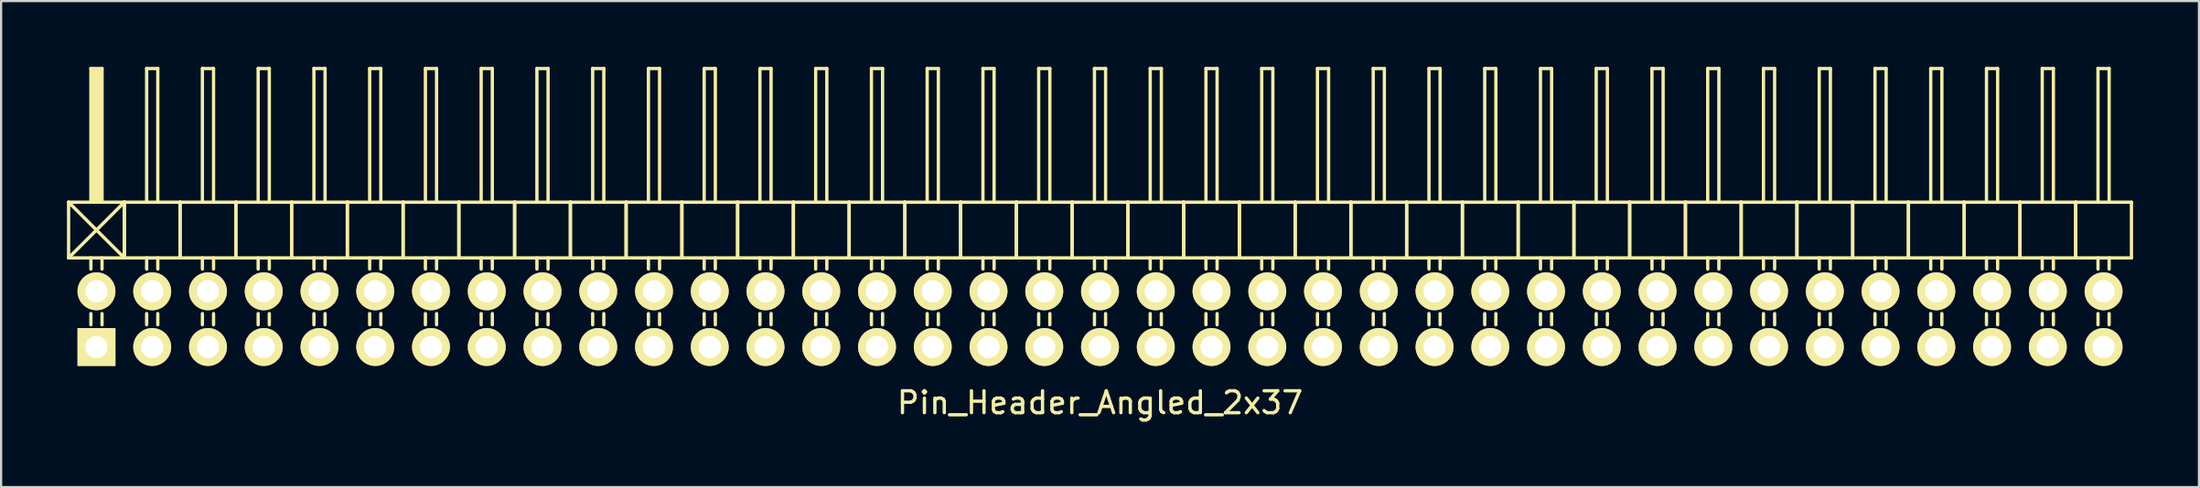
<source format=kicad_pcb>
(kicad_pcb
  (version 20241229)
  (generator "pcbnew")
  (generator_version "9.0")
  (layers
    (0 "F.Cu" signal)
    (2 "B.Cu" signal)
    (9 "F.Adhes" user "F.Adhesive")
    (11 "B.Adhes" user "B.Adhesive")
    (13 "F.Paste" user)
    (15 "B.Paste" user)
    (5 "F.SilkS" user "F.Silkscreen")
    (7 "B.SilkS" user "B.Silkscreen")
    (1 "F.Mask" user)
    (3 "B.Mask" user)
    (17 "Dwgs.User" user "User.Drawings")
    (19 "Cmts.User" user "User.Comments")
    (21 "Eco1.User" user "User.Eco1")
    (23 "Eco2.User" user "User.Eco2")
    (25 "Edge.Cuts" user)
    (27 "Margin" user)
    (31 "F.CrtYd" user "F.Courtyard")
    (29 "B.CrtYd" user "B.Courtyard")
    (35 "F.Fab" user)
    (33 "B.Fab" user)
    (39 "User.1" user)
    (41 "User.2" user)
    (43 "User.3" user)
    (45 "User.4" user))
  (footprint "Pin_Header_Angled_2x37"
    (layer "F.Cu")
    (at 47.065 11.505)
    (property "Reference" "Pin_Header_Angled_2x37" (at 0 3.81 0) (layer "F.SilkS") (effects (font (size 1 1) (thickness 0.15))))
    (attr through_hole)
    (fp_line (start -46.99 -5.334) (end -44.45 -2.794) (stroke (width 0.15) (type solid)) (layer "F.SilkS"))
    (fp_line (start -46.99 -2.794) (end -46.99 -5.334) (stroke (width 0.15) (type solid)) (layer "F.SilkS"))
    (fp_line (start -46.99 -2.794) (end -44.45 -5.334) (stroke (width 0.15) (type solid)) (layer "F.SilkS"))
    (fp_line (start -46.99 -2.794) (end -44.45 -2.794) (stroke (width 0.15) (type solid)) (layer "F.SilkS"))
    (fp_line (start -45.974 -11.43) (end -45.466 -11.43) (stroke (width 0.15) (type solid)) (layer "F.SilkS"))
    (fp_line (start -45.974 -5.334) (end -45.974 -11.43) (stroke (width 0.15) (type solid)) (layer "F.SilkS"))
    (fp_line (start -45.974 -2.794) (end -45.974 -2.286) (stroke (width 0.15) (type solid)) (layer "F.SilkS"))
    (fp_line (start -45.974 -0.254) (end -45.974 0.254) (stroke (width 0.15) (type solid)) (layer "F.SilkS"))
    (fp_line (start -45.847 -11.303) (end -45.593 -11.303) (stroke (width 0.15) (type solid)) (layer "F.SilkS"))
    (fp_line (start -45.847 -5.334) (end -45.847 -11.303) (stroke (width 0.15) (type solid)) (layer "F.SilkS"))
    (fp_line (start -45.72 -5.461) (end -45.72 -11.303) (stroke (width 0.15) (type solid)) (layer "F.SilkS"))
    (fp_line (start -45.593 -11.303) (end -45.593 -5.461) (stroke (width 0.15) (type solid)) (layer "F.SilkS"))
    (fp_line (start -45.593 -5.461) (end -45.72 -5.461) (stroke (width 0.15) (type solid)) (layer "F.SilkS"))
    (fp_line (start -45.466 -11.43) (end -45.466 -5.334) (stroke (width 0.15) (type solid)) (layer "F.SilkS"))
    (fp_line (start -45.466 -2.794) (end -45.466 -2.286) (stroke (width 0.15) (type solid)) (layer "F.SilkS"))
    (fp_line (start -45.466 -0.254) (end -45.466 0.254) (stroke (width 0.15) (type solid)) (layer "F.SilkS"))
    (fp_line (start -44.45 -5.334) (end -46.99 -5.334) (stroke (width 0.15) (type solid)) (layer "F.SilkS"))
    (fp_line (start -44.45 -2.794) (end -44.45 -5.334) (stroke (width 0.15) (type solid)) (layer "F.SilkS"))
    (fp_line (start -44.45 -2.794) (end -44.45 -5.334) (stroke (width 0.15) (type solid)) (layer "F.SilkS"))
    (fp_line (start -44.45 -2.794) (end -41.91 -2.794) (stroke (width 0.15) (type solid)) (layer "F.SilkS"))
    (fp_line (start -43.434 -11.43) (end -42.926 -11.43) (stroke (width 0.15) (type solid)) (layer "F.SilkS"))
    (fp_line (start -43.434 -5.334) (end -43.434 -11.43) (stroke (width 0.15) (type solid)) (layer "F.SilkS"))
    (fp_line (start -43.434 -2.794) (end -43.434 -2.286) (stroke (width 0.15) (type solid)) (layer "F.SilkS"))
    (fp_line (start -43.434 -0.254) (end -43.434 0.254) (stroke (width 0.15) (type solid)) (layer "F.SilkS"))
    (fp_line (start -42.926 -11.43) (end -42.926 -5.334) (stroke (width 0.15) (type solid)) (layer "F.SilkS"))
    (fp_line (start -42.926 -2.794) (end -42.926 -2.286) (stroke (width 0.15) (type solid)) (layer "F.SilkS"))
    (fp_line (start -42.926 -0.254) (end -42.926 0.254) (stroke (width 0.15) (type solid)) (layer "F.SilkS"))
    (fp_line (start -41.91 -5.334) (end -44.45 -5.334) (stroke (width 0.15) (type solid)) (layer "F.SilkS"))
    (fp_line (start -41.91 -2.794) (end -41.91 -5.334) (stroke (width 0.15) (type solid)) (layer "F.SilkS"))
    (fp_line (start -41.91 -2.794) (end -41.91 -5.334) (stroke (width 0.15) (type solid)) (layer "F.SilkS"))
    (fp_line (start -41.91 -2.794) (end -39.37 -2.794) (stroke (width 0.15) (type solid)) (layer "F.SilkS"))
    (fp_line (start -40.894 -11.43) (end -40.386 -11.43) (stroke (width 0.15) (type solid)) (layer "F.SilkS"))
    (fp_line (start -40.894 -5.334) (end -40.894 -11.43) (stroke (width 0.15) (type solid)) (layer "F.SilkS"))
    (fp_line (start -40.894 -2.794) (end -40.894 -2.286) (stroke (width 0.15) (type solid)) (layer "F.SilkS"))
    (fp_line (start -40.894 -0.254) (end -40.894 0.254) (stroke (width 0.15) (type solid)) (layer "F.SilkS"))
    (fp_line (start -40.386 -11.43) (end -40.386 -5.334) (stroke (width 0.15) (type solid)) (layer "F.SilkS"))
    (fp_line (start -40.386 -2.794) (end -40.386 -2.286) (stroke (width 0.15) (type solid)) (layer "F.SilkS"))
    (fp_line (start -40.386 -0.254) (end -40.386 0.254) (stroke (width 0.15) (type solid)) (layer "F.SilkS"))
    (fp_line (start -39.37 -5.334) (end -41.91 -5.334) (stroke (width 0.15) (type solid)) (layer "F.SilkS"))
    (fp_line (start -39.37 -2.794) (end -39.37 -5.334) (stroke (width 0.15) (type solid)) (layer "F.SilkS"))
    (fp_line (start -39.37 -2.794) (end -39.37 -5.334) (stroke (width 0.15) (type solid)) (layer "F.SilkS"))
    (fp_line (start -39.37 -2.794) (end -36.83 -2.794) (stroke (width 0.15) (type solid)) (layer "F.SilkS"))
    (fp_line (start -38.354 -11.43) (end -37.846 -11.43) (stroke (width 0.15) (type solid)) (layer "F.SilkS"))
    (fp_line (start -38.354 -5.334) (end -38.354 -11.43) (stroke (width 0.15) (type solid)) (layer "F.SilkS"))
    (fp_line (start -38.354 -2.794) (end -38.354 -2.286) (stroke (width 0.15) (type solid)) (layer "F.SilkS"))
    (fp_line (start -38.354 -0.254) (end -38.354 0.254) (stroke (width 0.15) (type solid)) (layer "F.SilkS"))
    (fp_line (start -37.846 -11.43) (end -37.846 -5.334) (stroke (width 0.15) (type solid)) (layer "F.SilkS"))
    (fp_line (start -37.846 -2.794) (end -37.846 -2.286) (stroke (width 0.15) (type solid)) (layer "F.SilkS"))
    (fp_line (start -37.846 -0.254) (end -37.846 0.254) (stroke (width 0.15) (type solid)) (layer "F.SilkS"))
    (fp_line (start -36.83 -5.334) (end -39.37 -5.334) (stroke (width 0.15) (type solid)) (layer "F.SilkS"))
    (fp_line (start -36.83 -2.794) (end -36.83 -5.334) (stroke (width 0.15) (type solid)) (layer "F.SilkS"))
    (fp_line (start -36.83 -2.794) (end -36.83 -5.334) (stroke (width 0.15) (type solid)) (layer "F.SilkS"))
    (fp_line (start -36.83 -2.794) (end -34.29 -2.794) (stroke (width 0.15) (type solid)) (layer "F.SilkS"))
    (fp_line (start -35.814 -11.43) (end -35.306 -11.43) (stroke (width 0.15) (type solid)) (layer "F.SilkS"))
    (fp_line (start -35.814 -5.334) (end -35.814 -11.43) (stroke (width 0.15) (type solid)) (layer "F.SilkS"))
    (fp_line (start -35.814 -2.794) (end -35.814 -2.286) (stroke (width 0.15) (type solid)) (layer "F.SilkS"))
    (fp_line (start -35.814 -0.254) (end -35.814 0.254) (stroke (width 0.15) (type solid)) (layer "F.SilkS"))
    (fp_line (start -35.306 -11.43) (end -35.306 -5.334) (stroke (width 0.15) (type solid)) (layer "F.SilkS"))
    (fp_line (start -35.306 -2.794) (end -35.306 -2.286) (stroke (width 0.15) (type solid)) (layer "F.SilkS"))
    (fp_line (start -35.306 -0.254) (end -35.306 0.254) (stroke (width 0.15) (type solid)) (layer "F.SilkS"))
    (fp_line (start -34.29 -5.334) (end -36.83 -5.334) (stroke (width 0.15) (type solid)) (layer "F.SilkS"))
    (fp_line (start -34.29 -2.794) (end -34.29 -5.334) (stroke (width 0.15) (type solid)) (layer "F.SilkS"))
    (fp_line (start -34.29 -2.794) (end -34.29 -5.334) (stroke (width 0.15) (type solid)) (layer "F.SilkS"))
    (fp_line (start -34.29 -2.794) (end -31.75 -2.794) (stroke (width 0.15) (type solid)) (layer "F.SilkS"))
    (fp_line (start -33.274 -11.43) (end -32.766 -11.43) (stroke (width 0.15) (type solid)) (layer "F.SilkS"))
    (fp_line (start -33.274 -5.334) (end -33.274 -11.43) (stroke (width 0.15) (type solid)) (layer "F.SilkS"))
    (fp_line (start -33.274 -2.794) (end -33.274 -2.286) (stroke (width 0.15) (type solid)) (layer "F.SilkS"))
    (fp_line (start -33.274 -0.254) (end -33.274 0.254) (stroke (width 0.15) (type solid)) (layer "F.SilkS"))
    (fp_line (start -32.766 -11.43) (end -32.766 -5.334) (stroke (width 0.15) (type solid)) (layer "F.SilkS"))
    (fp_line (start -32.766 -2.794) (end -32.766 -2.286) (stroke (width 0.15) (type solid)) (layer "F.SilkS"))
    (fp_line (start -32.766 -0.254) (end -32.766 0.254) (stroke (width 0.15) (type solid)) (layer "F.SilkS"))
    (fp_line (start -31.75 -5.334) (end -34.29 -5.334) (stroke (width 0.15) (type solid)) (layer "F.SilkS"))
    (fp_line (start -31.75 -2.794) (end -31.75 -5.334) (stroke (width 0.15) (type solid)) (layer "F.SilkS"))
    (fp_line (start -31.75 -2.794) (end -31.75 -5.334) (stroke (width 0.15) (type solid)) (layer "F.SilkS"))
    (fp_line (start -31.75 -2.794) (end -29.21 -2.794) (stroke (width 0.15) (type solid)) (layer "F.SilkS"))
    (fp_line (start -30.734 -11.43) (end -30.226 -11.43) (stroke (width 0.15) (type solid)) (layer "F.SilkS"))
    (fp_line (start -30.734 -5.334) (end -30.734 -11.43) (stroke (width 0.15) (type solid)) (layer "F.SilkS"))
    (fp_line (start -30.734 -2.794) (end -30.734 -2.286) (stroke (width 0.15) (type solid)) (layer "F.SilkS"))
    (fp_line (start -30.734 -0.254) (end -30.734 0.254) (stroke (width 0.15) (type solid)) (layer "F.SilkS"))
    (fp_line (start -30.226 -11.43) (end -30.226 -5.334) (stroke (width 0.15) (type solid)) (layer "F.SilkS"))
    (fp_line (start -30.226 -2.794) (end -30.226 -2.286) (stroke (width 0.15) (type solid)) (layer "F.SilkS"))
    (fp_line (start -30.226 -0.254) (end -30.226 0.254) (stroke (width 0.15) (type solid)) (layer "F.SilkS"))
    (fp_line (start -29.21 -5.334) (end -31.75 -5.334) (stroke (width 0.15) (type solid)) (layer "F.SilkS"))
    (fp_line (start -29.21 -2.794) (end -29.21 -5.334) (stroke (width 0.15) (type solid)) (layer "F.SilkS"))
    (fp_line (start -29.21 -2.794) (end -29.21 -5.334) (stroke (width 0.15) (type solid)) (layer "F.SilkS"))
    (fp_line (start -29.21 -2.794) (end -26.67 -2.794) (stroke (width 0.15) (type solid)) (layer "F.SilkS"))
    (fp_line (start -28.194 -11.43) (end -27.686 -11.43) (stroke (width 0.15) (type solid)) (layer "F.SilkS"))
    (fp_line (start -28.194 -5.334) (end -28.194 -11.43) (stroke (width 0.15) (type solid)) (layer "F.SilkS"))
    (fp_line (start -28.194 -2.794) (end -28.194 -2.286) (stroke (width 0.15) (type solid)) (layer "F.SilkS"))
    (fp_line (start -28.194 -0.254) (end -28.194 0.254) (stroke (width 0.15) (type solid)) (layer "F.SilkS"))
    (fp_line (start -27.686 -11.43) (end -27.686 -5.334) (stroke (width 0.15) (type solid)) (layer "F.SilkS"))
    (fp_line (start -27.686 -2.794) (end -27.686 -2.286) (stroke (width 0.15) (type solid)) (layer "F.SilkS"))
    (fp_line (start -27.686 -0.254) (end -27.686 0.254) (stroke (width 0.15) (type solid)) (layer "F.SilkS"))
    (fp_line (start -26.67 -5.334) (end -29.21 -5.334) (stroke (width 0.15) (type solid)) (layer "F.SilkS"))
    (fp_line (start -26.67 -2.794) (end -26.67 -5.334) (stroke (width 0.15) (type solid)) (layer "F.SilkS"))
    (fp_line (start -26.67 -2.794) (end -26.67 -5.334) (stroke (width 0.15) (type solid)) (layer "F.SilkS"))
    (fp_line (start -26.67 -2.794) (end -24.13 -2.794) (stroke (width 0.15) (type solid)) (layer "F.SilkS"))
    (fp_line (start -25.654 -11.43) (end -25.146 -11.43) (stroke (width 0.15) (type solid)) (layer "F.SilkS"))
    (fp_line (start -25.654 -5.334) (end -25.654 -11.43) (stroke (width 0.15) (type solid)) (layer "F.SilkS"))
    (fp_line (start -25.654 -2.794) (end -25.654 -2.286) (stroke (width 0.15) (type solid)) (layer "F.SilkS"))
    (fp_line (start -25.654 -0.254) (end -25.654 0.254) (stroke (width 0.15) (type solid)) (layer "F.SilkS"))
    (fp_line (start -25.146 -11.43) (end -25.146 -5.334) (stroke (width 0.15) (type solid)) (layer "F.SilkS"))
    (fp_line (start -25.146 -2.794) (end -25.146 -2.286) (stroke (width 0.15) (type solid)) (layer "F.SilkS"))
    (fp_line (start -25.146 -0.254) (end -25.146 0.254) (stroke (width 0.15) (type solid)) (layer "F.SilkS"))
    (fp_line (start -24.13 -5.334) (end -26.67 -5.334) (stroke (width 0.15) (type solid)) (layer "F.SilkS"))
    (fp_line (start -24.13 -2.794) (end -24.13 -5.334) (stroke (width 0.15) (type solid)) (layer "F.SilkS"))
    (fp_line (start -24.13 -2.794) (end -24.13 -5.334) (stroke (width 0.15) (type solid)) (layer "F.SilkS"))
    (fp_line (start -24.13 -2.794) (end -21.59 -2.794) (stroke (width 0.15) (type solid)) (layer "F.SilkS"))
    (fp_line (start -23.114 -11.43) (end -22.606 -11.43) (stroke (width 0.15) (type solid)) (layer "F.SilkS"))
    (fp_line (start -23.114 -5.334) (end -23.114 -11.43) (stroke (width 0.15) (type solid)) (layer "F.SilkS"))
    (fp_line (start -23.114 -2.794) (end -23.114 -2.286) (stroke (width 0.15) (type solid)) (layer "F.SilkS"))
    (fp_line (start -23.114 -0.254) (end -23.114 0.254) (stroke (width 0.15) (type solid)) (layer "F.SilkS"))
    (fp_line (start -22.606 -11.43) (end -22.606 -5.334) (stroke (width 0.15) (type solid)) (layer "F.SilkS"))
    (fp_line (start -22.606 -2.794) (end -22.606 -2.286) (stroke (width 0.15) (type solid)) (layer "F.SilkS"))
    (fp_line (start -22.606 -0.254) (end -22.606 0.254) (stroke (width 0.15) (type solid)) (layer "F.SilkS"))
    (fp_line (start -21.59 -5.334) (end -24.13 -5.334) (stroke (width 0.15) (type solid)) (layer "F.SilkS"))
    (fp_line (start -21.59 -2.794) (end -21.59 -5.334) (stroke (width 0.15) (type solid)) (layer "F.SilkS"))
    (fp_line (start -21.59 -2.794) (end -21.59 -5.334) (stroke (width 0.15) (type solid)) (layer "F.SilkS"))
    (fp_line (start -21.59 -2.794) (end -19.05 -2.794) (stroke (width 0.15) (type solid)) (layer "F.SilkS"))
    (fp_line (start -20.574 -11.43) (end -20.066 -11.43) (stroke (width 0.15) (type solid)) (layer "F.SilkS"))
    (fp_line (start -20.574 -5.334) (end -20.574 -11.43) (stroke (width 0.15) (type solid)) (layer "F.SilkS"))
    (fp_line (start -20.574 -2.794) (end -20.574 -2.286) (stroke (width 0.15) (type solid)) (layer "F.SilkS"))
    (fp_line (start -20.574 -0.254) (end -20.574 0.254) (stroke (width 0.15) (type solid)) (layer "F.SilkS"))
    (fp_line (start -20.066 -11.43) (end -20.066 -5.334) (stroke (width 0.15) (type solid)) (layer "F.SilkS"))
    (fp_line (start -20.066 -2.794) (end -20.066 -2.286) (stroke (width 0.15) (type solid)) (layer "F.SilkS"))
    (fp_line (start -20.066 -0.254) (end -20.066 0.254) (stroke (width 0.15) (type solid)) (layer "F.SilkS"))
    (fp_line (start -19.05 -5.334) (end -21.59 -5.334) (stroke (width 0.15) (type solid)) (layer "F.SilkS"))
    (fp_line (start -19.05 -2.794) (end -19.05 -5.334) (stroke (width 0.15) (type solid)) (layer "F.SilkS"))
    (fp_line (start -19.05 -2.794) (end -19.05 -5.334) (stroke (width 0.15) (type solid)) (layer "F.SilkS"))
    (fp_line (start -19.05 -2.794) (end -16.51 -2.794) (stroke (width 0.15) (type solid)) (layer "F.SilkS"))
    (fp_line (start -18.034 -11.43) (end -17.526 -11.43) (stroke (width 0.15) (type solid)) (layer "F.SilkS"))
    (fp_line (start -18.034 -5.334) (end -18.034 -11.43) (stroke (width 0.15) (type solid)) (layer "F.SilkS"))
    (fp_line (start -18.034 -2.794) (end -18.034 -2.286) (stroke (width 0.15) (type solid)) (layer "F.SilkS"))
    (fp_line (start -18.034 -0.254) (end -18.034 0.254) (stroke (width 0.15) (type solid)) (layer "F.SilkS"))
    (fp_line (start -17.526 -11.43) (end -17.526 -5.334) (stroke (width 0.15) (type solid)) (layer "F.SilkS"))
    (fp_line (start -17.526 -2.794) (end -17.526 -2.286) (stroke (width 0.15) (type solid)) (layer "F.SilkS"))
    (fp_line (start -17.526 -0.254) (end -17.526 0.254) (stroke (width 0.15) (type solid)) (layer "F.SilkS"))
    (fp_line (start -16.51 -5.334) (end -19.05 -5.334) (stroke (width 0.15) (type solid)) (layer "F.SilkS"))
    (fp_line (start -16.51 -2.794) (end -16.51 -5.334) (stroke (width 0.15) (type solid)) (layer "F.SilkS"))
    (fp_line (start -16.51 -2.794) (end -16.51 -5.334) (stroke (width 0.15) (type solid)) (layer "F.SilkS"))
    (fp_line (start -16.51 -2.794) (end -13.97 -2.794) (stroke (width 0.15) (type solid)) (layer "F.SilkS"))
    (fp_line (start -15.494 -11.43) (end -14.986 -11.43) (stroke (width 0.15) (type solid)) (layer "F.SilkS"))
    (fp_line (start -15.494 -5.334) (end -15.494 -11.43) (stroke (width 0.15) (type solid)) (layer "F.SilkS"))
    (fp_line (start -15.494 -2.794) (end -15.494 -2.286) (stroke (width 0.15) (type solid)) (layer "F.SilkS"))
    (fp_line (start -15.494 -0.254) (end -15.494 0.254) (stroke (width 0.15) (type solid)) (layer "F.SilkS"))
    (fp_line (start -14.986 -11.43) (end -14.986 -5.334) (stroke (width 0.15) (type solid)) (layer "F.SilkS"))
    (fp_line (start -14.986 -2.794) (end -14.986 -2.286) (stroke (width 0.15) (type solid)) (layer "F.SilkS"))
    (fp_line (start -14.986 -0.254) (end -14.986 0.254) (stroke (width 0.15) (type solid)) (layer "F.SilkS"))
    (fp_line (start -13.97 -5.334) (end -16.51 -5.334) (stroke (width 0.15) (type solid)) (layer "F.SilkS"))
    (fp_line (start -13.97 -2.794) (end -13.97 -5.334) (stroke (width 0.15) (type solid)) (layer "F.SilkS"))
    (fp_line (start -13.97 -2.794) (end -13.97 -5.334) (stroke (width 0.15) (type solid)) (layer "F.SilkS"))
    (fp_line (start -13.97 -2.794) (end -11.43 -2.794) (stroke (width 0.15) (type solid)) (layer "F.SilkS"))
    (fp_line (start -12.954 -11.43) (end -12.446 -11.43) (stroke (width 0.15) (type solid)) (layer "F.SilkS"))
    (fp_line (start -12.954 -5.334) (end -12.954 -11.43) (stroke (width 0.15) (type solid)) (layer "F.SilkS"))
    (fp_line (start -12.954 -2.794) (end -12.954 -2.286) (stroke (width 0.15) (type solid)) (layer "F.SilkS"))
    (fp_line (start -12.954 -0.254) (end -12.954 0.254) (stroke (width 0.15) (type solid)) (layer "F.SilkS"))
    (fp_line (start -12.446 -11.43) (end -12.446 -5.334) (stroke (width 0.15) (type solid)) (layer "F.SilkS"))
    (fp_line (start -12.446 -2.794) (end -12.446 -2.286) (stroke (width 0.15) (type solid)) (layer "F.SilkS"))
    (fp_line (start -12.446 -0.254) (end -12.446 0.254) (stroke (width 0.15) (type solid)) (layer "F.SilkS"))
    (fp_line (start -11.43 -5.334) (end -13.97 -5.334) (stroke (width 0.15) (type solid)) (layer "F.SilkS"))
    (fp_line (start -11.43 -2.794) (end -11.43 -5.334) (stroke (width 0.15) (type solid)) (layer "F.SilkS"))
    (fp_line (start -11.43 -2.794) (end -11.43 -5.334) (stroke (width 0.15) (type solid)) (layer "F.SilkS"))
    (fp_line (start -11.43 -2.794) (end -8.89 -2.794) (stroke (width 0.15) (type solid)) (layer "F.SilkS"))
    (fp_line (start -10.414 -11.43) (end -9.906 -11.43) (stroke (width 0.15) (type solid)) (layer "F.SilkS"))
    (fp_line (start -10.414 -5.334) (end -10.414 -11.43) (stroke (width 0.15) (type solid)) (layer "F.SilkS"))
    (fp_line (start -10.414 -2.794) (end -10.414 -2.286) (stroke (width 0.15) (type solid)) (layer "F.SilkS"))
    (fp_line (start -10.414 -0.254) (end -10.414 0.254) (stroke (width 0.15) (type solid)) (layer "F.SilkS"))
    (fp_line (start -9.906 -11.43) (end -9.906 -5.334) (stroke (width 0.15) (type solid)) (layer "F.SilkS"))
    (fp_line (start -9.906 -2.794) (end -9.906 -2.286) (stroke (width 0.15) (type solid)) (layer "F.SilkS"))
    (fp_line (start -9.906 -0.254) (end -9.906 0.254) (stroke (width 0.15) (type solid)) (layer "F.SilkS"))
    (fp_line (start -8.89 -5.334) (end -11.43 -5.334) (stroke (width 0.15) (type solid)) (layer "F.SilkS"))
    (fp_line (start -8.89 -2.794) (end -8.89 -5.334) (stroke (width 0.15) (type solid)) (layer "F.SilkS"))
    (fp_line (start -8.89 -2.794) (end -8.89 -5.334) (stroke (width 0.15) (type solid)) (layer "F.SilkS"))
    (fp_line (start -8.89 -2.794) (end -6.35 -2.794) (stroke (width 0.15) (type solid)) (layer "F.SilkS"))
    (fp_line (start -7.874 -11.43) (end -7.366 -11.43) (stroke (width 0.15) (type solid)) (layer "F.SilkS"))
    (fp_line (start -7.874 -5.334) (end -7.874 -11.43) (stroke (width 0.15) (type solid)) (layer "F.SilkS"))
    (fp_line (start -7.874 -2.794) (end -7.874 -2.286) (stroke (width 0.15) (type solid)) (layer "F.SilkS"))
    (fp_line (start -7.874 -0.254) (end -7.874 0.254) (stroke (width 0.15) (type solid)) (layer "F.SilkS"))
    (fp_line (start -7.366 -11.43) (end -7.366 -5.334) (stroke (width 0.15) (type solid)) (layer "F.SilkS"))
    (fp_line (start -7.366 -2.794) (end -7.366 -2.286) (stroke (width 0.15) (type solid)) (layer "F.SilkS"))
    (fp_line (start -7.366 -0.254) (end -7.366 0.254) (stroke (width 0.15) (type solid)) (layer "F.SilkS"))
    (fp_line (start -6.35 -5.334) (end -8.89 -5.334) (stroke (width 0.15) (type solid)) (layer "F.SilkS"))
    (fp_line (start -6.35 -2.794) (end -6.35 -5.334) (stroke (width 0.15) (type solid)) (layer "F.SilkS"))
    (fp_line (start -6.35 -2.794) (end -6.35 -5.334) (stroke (width 0.15) (type solid)) (layer "F.SilkS"))
    (fp_line (start -6.35 -2.794) (end -3.81 -2.794) (stroke (width 0.15) (type solid)) (layer "F.SilkS"))
    (fp_line (start -5.334 -11.43) (end -4.826 -11.43) (stroke (width 0.15) (type solid)) (layer "F.SilkS"))
    (fp_line (start -5.334 -5.334) (end -5.334 -11.43) (stroke (width 0.15) (type solid)) (layer "F.SilkS"))
    (fp_line (start -5.334 -2.794) (end -5.334 -2.286) (stroke (width 0.15) (type solid)) (layer "F.SilkS"))
    (fp_line (start -5.334 -0.254) (end -5.334 0.254) (stroke (width 0.15) (type solid)) (layer "F.SilkS"))
    (fp_line (start -4.826 -11.43) (end -4.826 -5.334) (stroke (width 0.15) (type solid)) (layer "F.SilkS"))
    (fp_line (start -4.826 -2.794) (end -4.826 -2.286) (stroke (width 0.15) (type solid)) (layer "F.SilkS"))
    (fp_line (start -4.826 -0.254) (end -4.826 0.254) (stroke (width 0.15) (type solid)) (layer "F.SilkS"))
    (fp_line (start -3.81 -5.334) (end -6.35 -5.334) (stroke (width 0.15) (type solid)) (layer "F.SilkS"))
    (fp_line (start -3.81 -2.794) (end -3.81 -5.334) (stroke (width 0.15) (type solid)) (layer "F.SilkS"))
    (fp_line (start -3.81 -2.794) (end -3.81 -5.334) (stroke (width 0.15) (type solid)) (layer "F.SilkS"))
    (fp_line (start -3.81 -2.794) (end -1.27 -2.794) (stroke (width 0.15) (type solid)) (layer "F.SilkS"))
    (fp_line (start -2.794 -11.43) (end -2.286 -11.43) (stroke (width 0.15) (type solid)) (layer "F.SilkS"))
    (fp_line (start -2.794 -5.334) (end -2.794 -11.43) (stroke (width 0.15) (type solid)) (layer "F.SilkS"))
    (fp_line (start -2.794 -2.794) (end -2.794 -2.286) (stroke (width 0.15) (type solid)) (layer "F.SilkS"))
    (fp_line (start -2.794 -0.254) (end -2.794 0.254) (stroke (width 0.15) (type solid)) (layer "F.SilkS"))
    (fp_line (start -2.286 -11.43) (end -2.286 -5.334) (stroke (width 0.15) (type solid)) (layer "F.SilkS"))
    (fp_line (start -2.286 -2.794) (end -2.286 -2.286) (stroke (width 0.15) (type solid)) (layer "F.SilkS"))
    (fp_line (start -2.286 -0.254) (end -2.286 0.254) (stroke (width 0.15) (type solid)) (layer "F.SilkS"))
    (fp_line (start -1.27 -5.334) (end -3.81 -5.334) (stroke (width 0.15) (type solid)) (layer "F.SilkS"))
    (fp_line (start -1.27 -2.794) (end -1.27 -5.334) (stroke (width 0.15) (type solid)) (layer "F.SilkS"))
    (fp_line (start -1.27 -2.794) (end -1.27 -5.334) (stroke (width 0.15) (type solid)) (layer "F.SilkS"))
    (fp_line (start -1.27 -2.794) (end 1.27 -2.794) (stroke (width 0.15) (type solid)) (layer "F.SilkS"))
    (fp_line (start -0.254 -11.43) (end 0.254 -11.43) (stroke (width 0.15) (type solid)) (layer "F.SilkS"))
    (fp_line (start -0.254 -5.334) (end -0.254 -11.43) (stroke (width 0.15) (type solid)) (layer "F.SilkS"))
    (fp_line (start -0.254 -2.794) (end -0.254 -2.286) (stroke (width 0.15) (type solid)) (layer "F.SilkS"))
    (fp_line (start -0.254 -0.254) (end -0.254 0.254) (stroke (width 0.15) (type solid)) (layer "F.SilkS"))
    (fp_line (start 0.254 -11.43) (end 0.254 -5.334) (stroke (width 0.15) (type solid)) (layer "F.SilkS"))
    (fp_line (start 0.254 -2.794) (end 0.254 -2.286) (stroke (width 0.15) (type solid)) (layer "F.SilkS"))
    (fp_line (start 0.254 -0.254) (end 0.254 0.254) (stroke (width 0.15) (type solid)) (layer "F.SilkS"))
    (fp_line (start 1.27 -5.334) (end -1.27 -5.334) (stroke (width 0.15) (type solid)) (layer "F.SilkS"))
    (fp_line (start 1.27 -2.794) (end 1.27 -5.334) (stroke (width 0.15) (type solid)) (layer "F.SilkS"))
    (fp_line (start 1.27 -2.794) (end 1.27 -5.334) (stroke (width 0.15) (type solid)) (layer "F.SilkS"))
    (fp_line (start 1.27 -2.794) (end 3.81 -2.794) (stroke (width 0.15) (type solid)) (layer "F.SilkS"))
    (fp_line (start 2.286 -11.43) (end 2.794 -11.43) (stroke (width 0.15) (type solid)) (layer "F.SilkS"))
    (fp_line (start 2.286 -5.334) (end 2.286 -11.43) (stroke (width 0.15) (type solid)) (layer "F.SilkS"))
    (fp_line (start 2.286 -2.794) (end 2.286 -2.286) (stroke (width 0.15) (type solid)) (layer "F.SilkS"))
    (fp_line (start 2.286 -0.254) (end 2.286 0.254) (stroke (width 0.15) (type solid)) (layer "F.SilkS"))
    (fp_line (start 2.794 -11.43) (end 2.794 -5.334) (stroke (width 0.15) (type solid)) (layer "F.SilkS"))
    (fp_line (start 2.794 -2.794) (end 2.794 -2.286) (stroke (width 0.15) (type solid)) (layer "F.SilkS"))
    (fp_line (start 2.794 -0.254) (end 2.794 0.254) (stroke (width 0.15) (type solid)) (layer "F.SilkS"))
    (fp_line (start 3.81 -5.334) (end 1.27 -5.334) (stroke (width 0.15) (type solid)) (layer "F.SilkS"))
    (fp_line (start 3.81 -2.794) (end 3.81 -5.334) (stroke (width 0.15) (type solid)) (layer "F.SilkS"))
    (fp_line (start 3.81 -2.794) (end 3.81 -5.334) (stroke (width 0.15) (type solid)) (layer "F.SilkS"))
    (fp_line (start 3.81 -2.794) (end 6.35 -2.794) (stroke (width 0.15) (type solid)) (layer "F.SilkS"))
    (fp_line (start 4.826 -11.43) (end 5.334 -11.43) (stroke (width 0.15) (type solid)) (layer "F.SilkS"))
    (fp_line (start 4.826 -5.334) (end 4.826 -11.43) (stroke (width 0.15) (type solid)) (layer "F.SilkS"))
    (fp_line (start 4.826 -2.794) (end 4.826 -2.286) (stroke (width 0.15) (type solid)) (layer "F.SilkS"))
    (fp_line (start 4.826 -0.254) (end 4.826 0.254) (stroke (width 0.15) (type solid)) (layer "F.SilkS"))
    (fp_line (start 5.334 -11.43) (end 5.334 -5.334) (stroke (width 0.15) (type solid)) (layer "F.SilkS"))
    (fp_line (start 5.334 -2.794) (end 5.334 -2.286) (stroke (width 0.15) (type solid)) (layer "F.SilkS"))
    (fp_line (start 5.334 -0.254) (end 5.334 0.254) (stroke (width 0.15) (type solid)) (layer "F.SilkS"))
    (fp_line (start 6.35 -5.334) (end 3.81 -5.334) (stroke (width 0.15) (type solid)) (layer "F.SilkS"))
    (fp_line (start 6.35 -2.794) (end 6.35 -5.334) (stroke (width 0.15) (type solid)) (layer "F.SilkS"))
    (fp_line (start 6.35 -2.794) (end 6.35 -5.334) (stroke (width 0.15) (type solid)) (layer "F.SilkS"))
    (fp_line (start 6.35 -2.794) (end 8.89 -2.794) (stroke (width 0.15) (type solid)) (layer "F.SilkS"))
    (fp_line (start 7.366 -11.43) (end 7.874 -11.43) (stroke (width 0.15) (type solid)) (layer "F.SilkS"))
    (fp_line (start 7.366 -5.334) (end 7.366 -11.43) (stroke (width 0.15) (type solid)) (layer "F.SilkS"))
    (fp_line (start 7.366 -2.794) (end 7.366 -2.286) (stroke (width 0.15) (type solid)) (layer "F.SilkS"))
    (fp_line (start 7.366 -0.254) (end 7.366 0.254) (stroke (width 0.15) (type solid)) (layer "F.SilkS"))
    (fp_line (start 7.874 -11.43) (end 7.874 -5.334) (stroke (width 0.15) (type solid)) (layer "F.SilkS"))
    (fp_line (start 7.874 -2.794) (end 7.874 -2.286) (stroke (width 0.15) (type solid)) (layer "F.SilkS"))
    (fp_line (start 7.874 -0.254) (end 7.874 0.254) (stroke (width 0.15) (type solid)) (layer "F.SilkS"))
    (fp_line (start 8.89 -5.334) (end 6.35 -5.334) (stroke (width 0.15) (type solid)) (layer "F.SilkS"))
    (fp_line (start 8.89 -2.794) (end 8.89 -5.334) (stroke (width 0.15) (type solid)) (layer "F.SilkS"))
    (fp_line (start 8.89 -2.794) (end 8.89 -5.334) (stroke (width 0.15) (type solid)) (layer "F.SilkS"))
    (fp_line (start 8.89 -2.794) (end 11.43 -2.794) (stroke (width 0.15) (type solid)) (layer "F.SilkS"))
    (fp_line (start 9.906 -11.43) (end 10.414 -11.43) (stroke (width 0.15) (type solid)) (layer "F.SilkS"))
    (fp_line (start 9.906 -5.334) (end 9.906 -11.43) (stroke (width 0.15) (type solid)) (layer "F.SilkS"))
    (fp_line (start 9.906 -2.794) (end 9.906 -2.286) (stroke (width 0.15) (type solid)) (layer "F.SilkS"))
    (fp_line (start 9.906 -0.254) (end 9.906 0.254) (stroke (width 0.15) (type solid)) (layer "F.SilkS"))
    (fp_line (start 10.414 -11.43) (end 10.414 -5.334) (stroke (width 0.15) (type solid)) (layer "F.SilkS"))
    (fp_line (start 10.414 -2.794) (end 10.414 -2.286) (stroke (width 0.15) (type solid)) (layer "F.SilkS"))
    (fp_line (start 10.414 -0.254) (end 10.414 0.254) (stroke (width 0.15) (type solid)) (layer "F.SilkS"))
    (fp_line (start 11.43 -5.334) (end 8.89 -5.334) (stroke (width 0.15) (type solid)) (layer "F.SilkS"))
    (fp_line (start 11.43 -2.794) (end 11.43 -5.334) (stroke (width 0.15) (type solid)) (layer "F.SilkS"))
    (fp_line (start 11.43 -2.794) (end 11.43 -5.334) (stroke (width 0.15) (type solid)) (layer "F.SilkS"))
    (fp_line (start 11.43 -2.794) (end 13.97 -2.794) (stroke (width 0.15) (type solid)) (layer "F.SilkS"))
    (fp_line (start 12.446 -11.43) (end 12.954 -11.43) (stroke (width 0.15) (type solid)) (layer "F.SilkS"))
    (fp_line (start 12.446 -5.334) (end 12.446 -11.43) (stroke (width 0.15) (type solid)) (layer "F.SilkS"))
    (fp_line (start 12.446 -2.794) (end 12.446 -2.286) (stroke (width 0.15) (type solid)) (layer "F.SilkS"))
    (fp_line (start 12.446 -0.254) (end 12.446 0.254) (stroke (width 0.15) (type solid)) (layer "F.SilkS"))
    (fp_line (start 12.954 -11.43) (end 12.954 -5.334) (stroke (width 0.15) (type solid)) (layer "F.SilkS"))
    (fp_line (start 12.954 -2.794) (end 12.954 -2.286) (stroke (width 0.15) (type solid)) (layer "F.SilkS"))
    (fp_line (start 12.954 -0.254) (end 12.954 0.254) (stroke (width 0.15) (type solid)) (layer "F.SilkS"))
    (fp_line (start 13.97 -5.334) (end 11.43 -5.334) (stroke (width 0.15) (type solid)) (layer "F.SilkS"))
    (fp_line (start 13.97 -2.794) (end 13.97 -5.334) (stroke (width 0.15) (type solid)) (layer "F.SilkS"))
    (fp_line (start 13.97 -2.794) (end 13.97 -5.334) (stroke (width 0.15) (type solid)) (layer "F.SilkS"))
    (fp_line (start 13.97 -2.794) (end 16.51 -2.794) (stroke (width 0.15) (type solid)) (layer "F.SilkS"))
    (fp_line (start 14.986 -11.43) (end 15.494 -11.43) (stroke (width 0.15) (type solid)) (layer "F.SilkS"))
    (fp_line (start 14.986 -5.334) (end 14.986 -11.43) (stroke (width 0.15) (type solid)) (layer "F.SilkS"))
    (fp_line (start 14.986 -2.794) (end 14.986 -2.286) (stroke (width 0.15) (type solid)) (layer "F.SilkS"))
    (fp_line (start 14.986 -0.254) (end 14.986 0.254) (stroke (width 0.15) (type solid)) (layer "F.SilkS"))
    (fp_line (start 15.494 -11.43) (end 15.494 -5.334) (stroke (width 0.15) (type solid)) (layer "F.SilkS"))
    (fp_line (start 15.494 -2.794) (end 15.494 -2.286) (stroke (width 0.15) (type solid)) (layer "F.SilkS"))
    (fp_line (start 15.494 -0.254) (end 15.494 0.254) (stroke (width 0.15) (type solid)) (layer "F.SilkS"))
    (fp_line (start 16.51 -5.334) (end 13.97 -5.334) (stroke (width 0.15) (type solid)) (layer "F.SilkS"))
    (fp_line (start 16.51 -2.794) (end 16.51 -5.334) (stroke (width 0.15) (type solid)) (layer "F.SilkS"))
    (fp_line (start 16.51 -2.794) (end 16.51 -5.334) (stroke (width 0.15) (type solid)) (layer "F.SilkS"))
    (fp_line (start 16.51 -2.794) (end 19.05 -2.794) (stroke (width 0.15) (type solid)) (layer "F.SilkS"))
    (fp_line (start 17.526 -11.43) (end 18.034 -11.43) (stroke (width 0.15) (type solid)) (layer "F.SilkS"))
    (fp_line (start 17.526 -5.334) (end 17.526 -11.43) (stroke (width 0.15) (type solid)) (layer "F.SilkS"))
    (fp_line (start 17.526 -2.794) (end 17.526 -2.286) (stroke (width 0.15) (type solid)) (layer "F.SilkS"))
    (fp_line (start 17.526 -0.254) (end 17.526 0.254) (stroke (width 0.15) (type solid)) (layer "F.SilkS"))
    (fp_line (start 18.034 -11.43) (end 18.034 -5.334) (stroke (width 0.15) (type solid)) (layer "F.SilkS"))
    (fp_line (start 18.034 -2.794) (end 18.034 -2.286) (stroke (width 0.15) (type solid)) (layer "F.SilkS"))
    (fp_line (start 18.034 -0.254) (end 18.034 0.254) (stroke (width 0.15) (type solid)) (layer "F.SilkS"))
    (fp_line (start 19.05 -5.334) (end 16.51 -5.334) (stroke (width 0.15) (type solid)) (layer "F.SilkS"))
    (fp_line (start 19.05 -2.794) (end 19.05 -5.334) (stroke (width 0.15) (type solid)) (layer "F.SilkS"))
    (fp_line (start 19.05 -2.794) (end 19.05 -5.334) (stroke (width 0.15) (type solid)) (layer "F.SilkS"))
    (fp_line (start 19.05 -2.794) (end 21.59 -2.794) (stroke (width 0.15) (type solid)) (layer "F.SilkS"))
    (fp_line (start 20.066 -11.43) (end 20.574 -11.43) (stroke (width 0.15) (type solid)) (layer "F.SilkS"))
    (fp_line (start 20.066 -5.334) (end 20.066 -11.43) (stroke (width 0.15) (type solid)) (layer "F.SilkS"))
    (fp_line (start 20.066 -2.794) (end 20.066 -2.286) (stroke (width 0.15) (type solid)) (layer "F.SilkS"))
    (fp_line (start 20.066 -0.254) (end 20.066 0.254) (stroke (width 0.15) (type solid)) (layer "F.SilkS"))
    (fp_line (start 20.574 -11.43) (end 20.574 -5.334) (stroke (width 0.15) (type solid)) (layer "F.SilkS"))
    (fp_line (start 20.574 -2.794) (end 20.574 -2.286) (stroke (width 0.15) (type solid)) (layer "F.SilkS"))
    (fp_line (start 20.574 -0.254) (end 20.574 0.254) (stroke (width 0.15) (type solid)) (layer "F.SilkS"))
    (fp_line (start 21.59 -5.334) (end 19.05 -5.334) (stroke (width 0.15) (type solid)) (layer "F.SilkS"))
    (fp_line (start 21.59 -2.794) (end 21.59 -5.334) (stroke (width 0.15) (type solid)) (layer "F.SilkS"))
    (fp_line (start 21.59 -2.794) (end 21.59 -5.334) (stroke (width 0.15) (type solid)) (layer "F.SilkS"))
    (fp_line (start 21.59 -2.794) (end 24.13 -2.794) (stroke (width 0.15) (type solid)) (layer "F.SilkS"))
    (fp_line (start 22.606 -11.43) (end 23.114 -11.43) (stroke (width 0.15) (type solid)) (layer "F.SilkS"))
    (fp_line (start 22.606 -5.334) (end 22.606 -11.43) (stroke (width 0.15) (type solid)) (layer "F.SilkS"))
    (fp_line (start 22.606 -2.794) (end 22.606 -2.286) (stroke (width 0.15) (type solid)) (layer "F.SilkS"))
    (fp_line (start 22.606 -0.254) (end 22.606 0.254) (stroke (width 0.15) (type solid)) (layer "F.SilkS"))
    (fp_line (start 23.114 -11.43) (end 23.114 -5.334) (stroke (width 0.15) (type solid)) (layer "F.SilkS"))
    (fp_line (start 23.114 -2.794) (end 23.114 -2.286) (stroke (width 0.15) (type solid)) (layer "F.SilkS"))
    (fp_line (start 23.114 -0.254) (end 23.114 0.254) (stroke (width 0.15) (type solid)) (layer "F.SilkS"))
    (fp_line (start 24.13 -5.334) (end 21.59 -5.334) (stroke (width 0.15) (type solid)) (layer "F.SilkS"))
    (fp_line (start 24.13 -2.794) (end 24.13 -5.334) (stroke (width 0.15) (type solid)) (layer "F.SilkS"))
    (fp_line (start 24.13 -2.794) (end 24.13 -5.334) (stroke (width 0.15) (type solid)) (layer "F.SilkS"))
    (fp_line (start 24.13 -2.794) (end 26.67 -2.794) (stroke (width 0.15) (type solid)) (layer "F.SilkS"))
    (fp_line (start 25.146 -11.43) (end 25.654 -11.43) (stroke (width 0.15) (type solid)) (layer "F.SilkS"))
    (fp_line (start 25.146 -5.334) (end 25.146 -11.43) (stroke (width 0.15) (type solid)) (layer "F.SilkS"))
    (fp_line (start 25.146 -2.794) (end 25.146 -2.286) (stroke (width 0.15) (type solid)) (layer "F.SilkS"))
    (fp_line (start 25.146 -0.254) (end 25.146 0.254) (stroke (width 0.15) (type solid)) (layer "F.SilkS"))
    (fp_line (start 25.654 -11.43) (end 25.654 -5.334) (stroke (width 0.15) (type solid)) (layer "F.SilkS"))
    (fp_line (start 25.654 -2.794) (end 25.654 -2.286) (stroke (width 0.15) (type solid)) (layer "F.SilkS"))
    (fp_line (start 25.654 -0.254) (end 25.654 0.254) (stroke (width 0.15) (type solid)) (layer "F.SilkS"))
    (fp_line (start 26.67 -5.334) (end 24.13 -5.334) (stroke (width 0.15) (type solid)) (layer "F.SilkS"))
    (fp_line (start 26.67 -2.794) (end 26.67 -5.334) (stroke (width 0.15) (type solid)) (layer "F.SilkS"))
    (fp_line (start 26.67 -2.794) (end 26.67 -5.334) (stroke (width 0.15) (type solid)) (layer "F.SilkS"))
    (fp_line (start 26.67 -2.794) (end 29.21 -2.794) (stroke (width 0.15) (type solid)) (layer "F.SilkS"))
    (fp_line (start 27.686 -11.43) (end 28.194 -11.43) (stroke (width 0.15) (type solid)) (layer "F.SilkS"))
    (fp_line (start 27.686 -5.334) (end 27.686 -11.43) (stroke (width 0.15) (type solid)) (layer "F.SilkS"))
    (fp_line (start 27.686 -2.794) (end 27.686 -2.286) (stroke (width 0.15) (type solid)) (layer "F.SilkS"))
    (fp_line (start 27.686 -0.254) (end 27.686 0.254) (stroke (width 0.15) (type solid)) (layer "F.SilkS"))
    (fp_line (start 28.194 -11.43) (end 28.194 -5.334) (stroke (width 0.15) (type solid)) (layer "F.SilkS"))
    (fp_line (start 28.194 -2.794) (end 28.194 -2.286) (stroke (width 0.15) (type solid)) (layer "F.SilkS"))
    (fp_line (start 28.194 -0.254) (end 28.194 0.254) (stroke (width 0.15) (type solid)) (layer "F.SilkS"))
    (fp_line (start 29.21 -5.334) (end 26.67 -5.334) (stroke (width 0.15) (type solid)) (layer "F.SilkS"))
    (fp_line (start 29.21 -2.794) (end 29.21 -5.334) (stroke (width 0.15) (type solid)) (layer "F.SilkS"))
    (fp_line (start 29.21 -2.794) (end 29.21 -5.334) (stroke (width 0.15) (type solid)) (layer "F.SilkS"))
    (fp_line (start 29.21 -2.794) (end 31.75 -2.794) (stroke (width 0.15) (type solid)) (layer "F.SilkS"))
    (fp_line (start 30.226 -11.43) (end 30.734 -11.43) (stroke (width 0.15) (type solid)) (layer "F.SilkS"))
    (fp_line (start 30.226 -5.334) (end 30.226 -11.43) (stroke (width 0.15) (type solid)) (layer "F.SilkS"))
    (fp_line (start 30.226 -2.794) (end 30.226 -2.286) (stroke (width 0.15) (type solid)) (layer "F.SilkS"))
    (fp_line (start 30.226 -0.254) (end 30.226 0.254) (stroke (width 0.15) (type solid)) (layer "F.SilkS"))
    (fp_line (start 30.734 -11.43) (end 30.734 -5.334) (stroke (width 0.15) (type solid)) (layer "F.SilkS"))
    (fp_line (start 30.734 -2.794) (end 30.734 -2.286) (stroke (width 0.15) (type solid)) (layer "F.SilkS"))
    (fp_line (start 30.734 -0.254) (end 30.734 0.254) (stroke (width 0.15) (type solid)) (layer "F.SilkS"))
    (fp_line (start 31.75 -5.334) (end 29.21 -5.334) (stroke (width 0.15) (type solid)) (layer "F.SilkS"))
    (fp_line (start 31.75 -2.794) (end 31.75 -5.334) (stroke (width 0.15) (type solid)) (layer "F.SilkS"))
    (fp_line (start 31.75 -2.794) (end 31.75 -5.334) (stroke (width 0.15) (type solid)) (layer "F.SilkS"))
    (fp_line (start 31.75 -2.794) (end 34.29 -2.794) (stroke (width 0.15) (type solid)) (layer "F.SilkS"))
    (fp_line (start 32.766 -11.43) (end 33.274 -11.43) (stroke (width 0.15) (type solid)) (layer "F.SilkS"))
    (fp_line (start 32.766 -5.334) (end 32.766 -11.43) (stroke (width 0.15) (type solid)) (layer "F.SilkS"))
    (fp_line (start 32.766 -2.794) (end 32.766 -2.286) (stroke (width 0.15) (type solid)) (layer "F.SilkS"))
    (fp_line (start 32.766 -0.254) (end 32.766 0.254) (stroke (width 0.15) (type solid)) (layer "F.SilkS"))
    (fp_line (start 33.274 -11.43) (end 33.274 -5.334) (stroke (width 0.15) (type solid)) (layer "F.SilkS"))
    (fp_line (start 33.274 -2.794) (end 33.274 -2.286) (stroke (width 0.15) (type solid)) (layer "F.SilkS"))
    (fp_line (start 33.274 -0.254) (end 33.274 0.254) (stroke (width 0.15) (type solid)) (layer "F.SilkS"))
    (fp_line (start 34.29 -5.334) (end 31.75 -5.334) (stroke (width 0.15) (type solid)) (layer "F.SilkS"))
    (fp_line (start 34.29 -2.794) (end 34.29 -5.334) (stroke (width 0.15) (type solid)) (layer "F.SilkS"))
    (fp_line (start 34.29 -2.794) (end 34.29 -5.334) (stroke (width 0.15) (type solid)) (layer "F.SilkS"))
    (fp_line (start 34.29 -2.794) (end 36.83 -2.794) (stroke (width 0.15) (type solid)) (layer "F.SilkS"))
    (fp_line (start 35.306 -11.43) (end 35.814 -11.43) (stroke (width 0.15) (type solid)) (layer "F.SilkS"))
    (fp_line (start 35.306 -5.334) (end 35.306 -11.43) (stroke (width 0.15) (type solid)) (layer "F.SilkS"))
    (fp_line (start 35.306 -2.794) (end 35.306 -2.286) (stroke (width 0.15) (type solid)) (layer "F.SilkS"))
    (fp_line (start 35.306 -0.254) (end 35.306 0.254) (stroke (width 0.15) (type solid)) (layer "F.SilkS"))
    (fp_line (start 35.814 -11.43) (end 35.814 -5.334) (stroke (width 0.15) (type solid)) (layer "F.SilkS"))
    (fp_line (start 35.814 -2.794) (end 35.814 -2.286) (stroke (width 0.15) (type solid)) (layer "F.SilkS"))
    (fp_line (start 35.814 -0.254) (end 35.814 0.254) (stroke (width 0.15) (type solid)) (layer "F.SilkS"))
    (fp_line (start 36.83 -5.334) (end 34.29 -5.334) (stroke (width 0.15) (type solid)) (layer "F.SilkS"))
    (fp_line (start 36.83 -2.794) (end 36.83 -5.334) (stroke (width 0.15) (type solid)) (layer "F.SilkS"))
    (fp_line (start 36.83 -2.794) (end 36.83 -5.334) (stroke (width 0.15) (type solid)) (layer "F.SilkS"))
    (fp_line (start 36.83 -2.794) (end 39.37 -2.794) (stroke (width 0.15) (type solid)) (layer "F.SilkS"))
    (fp_line (start 37.846 -11.43) (end 38.354 -11.43) (stroke (width 0.15) (type solid)) (layer "F.SilkS"))
    (fp_line (start 37.846 -5.334) (end 37.846 -11.43) (stroke (width 0.15) (type solid)) (layer "F.SilkS"))
    (fp_line (start 37.846 -2.794) (end 37.846 -2.286) (stroke (width 0.15) (type solid)) (layer "F.SilkS"))
    (fp_line (start 37.846 -0.254) (end 37.846 0.254) (stroke (width 0.15) (type solid)) (layer "F.SilkS"))
    (fp_line (start 38.354 -11.43) (end 38.354 -5.334) (stroke (width 0.15) (type solid)) (layer "F.SilkS"))
    (fp_line (start 38.354 -2.794) (end 38.354 -2.286) (stroke (width 0.15) (type solid)) (layer "F.SilkS"))
    (fp_line (start 38.354 -0.254) (end 38.354 0.254) (stroke (width 0.15) (type solid)) (layer "F.SilkS"))
    (fp_line (start 39.37 -5.334) (end 36.83 -5.334) (stroke (width 0.15) (type solid)) (layer "F.SilkS"))
    (fp_line (start 39.37 -2.794) (end 39.37 -5.334) (stroke (width 0.15) (type solid)) (layer "F.SilkS"))
    (fp_line (start 39.37 -2.794) (end 39.37 -5.334) (stroke (width 0.15) (type solid)) (layer "F.SilkS"))
    (fp_line (start 39.37 -2.794) (end 41.91 -2.794) (stroke (width 0.15) (type solid)) (layer "F.SilkS"))
    (fp_line (start 40.386 -11.43) (end 40.894 -11.43) (stroke (width 0.15) (type solid)) (layer "F.SilkS"))
    (fp_line (start 40.386 -5.334) (end 40.386 -11.43) (stroke (width 0.15) (type solid)) (layer "F.SilkS"))
    (fp_line (start 40.386 -2.794) (end 40.386 -2.286) (stroke (width 0.15) (type solid)) (layer "F.SilkS"))
    (fp_line (start 40.386 -0.254) (end 40.386 0.254) (stroke (width 0.15) (type solid)) (layer "F.SilkS"))
    (fp_line (start 40.894 -11.43) (end 40.894 -5.334) (stroke (width 0.15) (type solid)) (layer "F.SilkS"))
    (fp_line (start 40.894 -2.794) (end 40.894 -2.286) (stroke (width 0.15) (type solid)) (layer "F.SilkS"))
    (fp_line (start 40.894 -0.254) (end 40.894 0.254) (stroke (width 0.15) (type solid)) (layer "F.SilkS"))
    (fp_line (start 41.91 -5.334) (end 39.37 -5.334) (stroke (width 0.15) (type solid)) (layer "F.SilkS"))
    (fp_line (start 41.91 -2.794) (end 41.91 -5.334) (stroke (width 0.15) (type solid)) (layer "F.SilkS"))
    (fp_line (start 41.91 -2.794) (end 41.91 -5.334) (stroke (width 0.15) (type solid)) (layer "F.SilkS"))
    (fp_line (start 41.91 -2.794) (end 44.45 -2.794) (stroke (width 0.15) (type solid)) (layer "F.SilkS"))
    (fp_line (start 42.926 -11.43) (end 43.434 -11.43) (stroke (width 0.15) (type solid)) (layer "F.SilkS"))
    (fp_line (start 42.926 -5.334) (end 42.926 -11.43) (stroke (width 0.15) (type solid)) (layer "F.SilkS"))
    (fp_line (start 42.926 -2.794) (end 42.926 -2.286) (stroke (width 0.15) (type solid)) (layer "F.SilkS"))
    (fp_line (start 42.926 -0.254) (end 42.926 0.254) (stroke (width 0.15) (type solid)) (layer "F.SilkS"))
    (fp_line (start 43.434 -11.43) (end 43.434 -5.334) (stroke (width 0.15) (type solid)) (layer "F.SilkS"))
    (fp_line (start 43.434 -2.794) (end 43.434 -2.286) (stroke (width 0.15) (type solid)) (layer "F.SilkS"))
    (fp_line (start 43.434 -0.254) (end 43.434 0.254) (stroke (width 0.15) (type solid)) (layer "F.SilkS"))
    (fp_line (start 44.45 -5.334) (end 41.91 -5.334) (stroke (width 0.15) (type solid)) (layer "F.SilkS"))
    (fp_line (start 44.45 -2.794) (end 44.45 -5.334) (stroke (width 0.15) (type solid)) (layer "F.SilkS"))
    (fp_line (start 44.45 -2.794) (end 44.45 -5.334) (stroke (width 0.15) (type solid)) (layer "F.SilkS"))
    (fp_line (start 44.45 -2.794) (end 46.99 -2.794) (stroke (width 0.15) (type solid)) (layer "F.SilkS"))
    (fp_line (start 45.466 -11.43) (end 45.974 -11.43) (stroke (width 0.15) (type solid)) (layer "F.SilkS"))
    (fp_line (start 45.466 -5.334) (end 45.466 -11.43) (stroke (width 0.15) (type solid)) (layer "F.SilkS"))
    (fp_line (start 45.466 -2.794) (end 45.466 -2.286) (stroke (width 0.15) (type solid)) (layer "F.SilkS"))
    (fp_line (start 45.466 -0.254) (end 45.466 0.254) (stroke (width 0.15) (type solid)) (layer "F.SilkS"))
    (fp_line (start 45.974 -11.43) (end 45.974 -5.334) (stroke (width 0.15) (type solid)) (layer "F.SilkS"))
    (fp_line (start 45.974 -2.794) (end 45.974 -2.286) (stroke (width 0.15) (type solid)) (layer "F.SilkS"))
    (fp_line (start 45.974 -0.254) (end 45.974 0.254) (stroke (width 0.15) (type solid)) (layer "F.SilkS"))
    (fp_line (start 46.99 -5.334) (end 44.45 -5.334) (stroke (width 0.15) (type solid)) (layer "F.SilkS"))
    (fp_line (start 46.99 -2.794) (end 46.99 -5.334) (stroke (width 0.15) (type solid)) (layer "F.SilkS"))
    (pad "1" thru_hole rect (at -45.72 1.27) (size 1.727 1.727) (drill 1.016) (layers "*.Cu" "*.Mask" "F.SilkS"))
    (pad "2" thru_hole oval (at -45.72 -1.27) (size 1.727 1.727) (drill 1.016) (layers "*.Cu" "*.Mask" "F.SilkS"))
    (pad "3" thru_hole oval (at -43.18 1.27) (size 1.727 1.727) (drill 1.016) (layers "*.Cu" "*.Mask" "F.SilkS"))
    (pad "4" thru_hole oval (at -43.18 -1.27) (size 1.727 1.727) (drill 1.016) (layers "*.Cu" "*.Mask" "F.SilkS"))
    (pad "5" thru_hole oval (at -40.64 1.27) (size 1.727 1.727) (drill 1.016) (layers "*.Cu" "*.Mask" "F.SilkS"))
    (pad "6" thru_hole oval (at -40.64 -1.27) (size 1.727 1.727) (drill 1.016) (layers "*.Cu" "*.Mask" "F.SilkS"))
    (pad "7" thru_hole oval (at -38.1 1.27) (size 1.727 1.727) (drill 1.016) (layers "*.Cu" "*.Mask" "F.SilkS"))
    (pad "8" thru_hole oval (at -38.1 -1.27) (size 1.727 1.727) (drill 1.016) (layers "*.Cu" "*.Mask" "F.SilkS"))
    (pad "9" thru_hole oval (at -35.56 1.27) (size 1.727 1.727) (drill 1.016) (layers "*.Cu" "*.Mask" "F.SilkS"))
    (pad "10" thru_hole oval (at -35.56 -1.27) (size 1.727 1.727) (drill 1.016) (layers "*.Cu" "*.Mask" "F.SilkS"))
    (pad "11" thru_hole oval (at -33.02 1.27) (size 1.727 1.727) (drill 1.016) (layers "*.Cu" "*.Mask" "F.SilkS"))
    (pad "12" thru_hole oval (at -33.02 -1.27) (size 1.727 1.727) (drill 1.016) (layers "*.Cu" "*.Mask" "F.SilkS"))
    (pad "13" thru_hole oval (at -30.48 1.27) (size 1.727 1.727) (drill 1.016) (layers "*.Cu" "*.Mask" "F.SilkS"))
    (pad "14" thru_hole oval (at -30.48 -1.27) (size 1.727 1.727) (drill 1.016) (layers "*.Cu" "*.Mask" "F.SilkS"))
    (pad "15" thru_hole oval (at -27.94 1.27) (size 1.727 1.727) (drill 1.016) (layers "*.Cu" "*.Mask" "F.SilkS"))
    (pad "16" thru_hole oval (at -27.94 -1.27) (size 1.727 1.727) (drill 1.016) (layers "*.Cu" "*.Mask" "F.SilkS"))
    (pad "17" thru_hole oval (at -25.4 1.27) (size 1.727 1.727) (drill 1.016) (layers "*.Cu" "*.Mask" "F.SilkS"))
    (pad "18" thru_hole oval (at -25.4 -1.27) (size 1.727 1.727) (drill 1.016) (layers "*.Cu" "*.Mask" "F.SilkS"))
    (pad "19" thru_hole oval (at -22.86 1.27) (size 1.727 1.727) (drill 1.016) (layers "*.Cu" "*.Mask" "F.SilkS"))
    (pad "20" thru_hole oval (at -22.86 -1.27) (size 1.727 1.727) (drill 1.016) (layers "*.Cu" "*.Mask" "F.SilkS"))
    (pad "21" thru_hole oval (at -20.32 1.27) (size 1.727 1.727) (drill 1.016) (layers "*.Cu" "*.Mask" "F.SilkS"))
    (pad "22" thru_hole oval (at -20.32 -1.27) (size 1.727 1.727) (drill 1.016) (layers "*.Cu" "*.Mask" "F.SilkS"))
    (pad "23" thru_hole oval (at -17.78 1.27) (size 1.727 1.727) (drill 1.016) (layers "*.Cu" "*.Mask" "F.SilkS"))
    (pad "24" thru_hole oval (at -17.78 -1.27) (size 1.727 1.727) (drill 1.016) (layers "*.Cu" "*.Mask" "F.SilkS"))
    (pad "25" thru_hole oval (at -15.24 1.27) (size 1.727 1.727) (drill 1.016) (layers "*.Cu" "*.Mask" "F.SilkS"))
    (pad "26" thru_hole oval (at -15.24 -1.27) (size 1.727 1.727) (drill 1.016) (layers "*.Cu" "*.Mask" "F.SilkS"))
    (pad "27" thru_hole oval (at -12.7 1.27) (size 1.727 1.727) (drill 1.016) (layers "*.Cu" "*.Mask" "F.SilkS"))
    (pad "28" thru_hole oval (at -12.7 -1.27) (size 1.727 1.727) (drill 1.016) (layers "*.Cu" "*.Mask" "F.SilkS"))
    (pad "29" thru_hole oval (at -10.16 1.27) (size 1.727 1.727) (drill 1.016) (layers "*.Cu" "*.Mask" "F.SilkS"))
    (pad "30" thru_hole oval (at -10.16 -1.27) (size 1.727 1.727) (drill 1.016) (layers "*.Cu" "*.Mask" "F.SilkS"))
    (pad "31" thru_hole oval (at -7.62 1.27) (size 1.727 1.727) (drill 1.016) (layers "*.Cu" "*.Mask" "F.SilkS"))
    (pad "32" thru_hole oval (at -7.62 -1.27) (size 1.727 1.727) (drill 1.016) (layers "*.Cu" "*.Mask" "F.SilkS"))
    (pad "33" thru_hole oval (at -5.08 1.27) (size 1.727 1.727) (drill 1.016) (layers "*.Cu" "*.Mask" "F.SilkS"))
    (pad "34" thru_hole oval (at -5.08 -1.27) (size 1.727 1.727) (drill 1.016) (layers "*.Cu" "*.Mask" "F.SilkS"))
    (pad "35" thru_hole oval (at -2.54 1.27) (size 1.727 1.727) (drill 1.016) (layers "*.Cu" "*.Mask" "F.SilkS"))
    (pad "36" thru_hole oval (at -2.54 -1.27) (size 1.727 1.727) (drill 1.016) (layers "*.Cu" "*.Mask" "F.SilkS"))
    (pad "37" thru_hole oval (at 0 1.27) (size 1.727 1.727) (drill 1.016) (layers "*.Cu" "*.Mask" "F.SilkS"))
    (pad "38" thru_hole oval (at 0 -1.27) (size 1.727 1.727) (drill 1.016) (layers "*.Cu" "*.Mask" "F.SilkS"))
    (pad "39" thru_hole oval (at 2.54 1.27) (size 1.727 1.727) (drill 1.016) (layers "*.Cu" "*.Mask" "F.SilkS"))
    (pad "40" thru_hole oval (at 2.54 -1.27) (size 1.727 1.727) (drill 1.016) (layers "*.Cu" "*.Mask" "F.SilkS"))
    (pad "41" thru_hole oval (at 5.08 1.27) (size 1.727 1.727) (drill 1.016) (layers "*.Cu" "*.Mask" "F.SilkS"))
    (pad "42" thru_hole oval (at 5.08 -1.27) (size 1.727 1.727) (drill 1.016) (layers "*.Cu" "*.Mask" "F.SilkS"))
    (pad "43" thru_hole oval (at 7.62 1.27) (size 1.727 1.727) (drill 1.016) (layers "*.Cu" "*.Mask" "F.SilkS"))
    (pad "44" thru_hole oval (at 7.62 -1.27) (size 1.727 1.727) (drill 1.016) (layers "*.Cu" "*.Mask" "F.SilkS"))
    (pad "45" thru_hole oval (at 10.16 1.27) (size 1.727 1.727) (drill 1.016) (layers "*.Cu" "*.Mask" "F.SilkS"))
    (pad "46" thru_hole oval (at 10.16 -1.27) (size 1.727 1.727) (drill 1.016) (layers "*.Cu" "*.Mask" "F.SilkS"))
    (pad "47" thru_hole oval (at 12.7 1.27) (size 1.727 1.727) (drill 1.016) (layers "*.Cu" "*.Mask" "F.SilkS"))
    (pad "48" thru_hole oval (at 12.7 -1.27) (size 1.727 1.727) (drill 1.016) (layers "*.Cu" "*.Mask" "F.SilkS"))
    (pad "49" thru_hole oval (at 15.24 1.27) (size 1.727 1.727) (drill 1.016) (layers "*.Cu" "*.Mask" "F.SilkS"))
    (pad "50" thru_hole oval (at 15.24 -1.27) (size 1.727 1.727) (drill 1.016) (layers "*.Cu" "*.Mask" "F.SilkS"))
    (pad "51" thru_hole oval (at 17.78 1.27) (size 1.727 1.727) (drill 1.016) (layers "*.Cu" "*.Mask" "F.SilkS"))
    (pad "52" thru_hole oval (at 17.78 -1.27) (size 1.727 1.727) (drill 1.016) (layers "*.Cu" "*.Mask" "F.SilkS"))
    (pad "53" thru_hole oval (at 20.32 1.27) (size 1.727 1.727) (drill 1.016) (layers "*.Cu" "*.Mask" "F.SilkS"))
    (pad "54" thru_hole oval (at 20.32 -1.27) (size 1.727 1.727) (drill 1.016) (layers "*.Cu" "*.Mask" "F.SilkS"))
    (pad "55" thru_hole oval (at 22.86 1.27) (size 1.727 1.727) (drill 1.016) (layers "*.Cu" "*.Mask" "F.SilkS"))
    (pad "56" thru_hole oval (at 22.86 -1.27) (size 1.727 1.727) (drill 1.016) (layers "*.Cu" "*.Mask" "F.SilkS"))
    (pad "57" thru_hole oval (at 25.4 1.27) (size 1.727 1.727) (drill 1.016) (layers "*.Cu" "*.Mask" "F.SilkS"))
    (pad "58" thru_hole oval (at 25.4 -1.27) (size 1.727 1.727) (drill 1.016) (layers "*.Cu" "*.Mask" "F.SilkS"))
    (pad "59" thru_hole oval (at 27.94 1.27) (size 1.727 1.727) (drill 1.016) (layers "*.Cu" "*.Mask" "F.SilkS"))
    (pad "60" thru_hole oval (at 27.94 -1.27) (size 1.727 1.727) (drill 1.016) (layers "*.Cu" "*.Mask" "F.SilkS"))
    (pad "61" thru_hole oval (at 30.48 1.27) (size 1.727 1.727) (drill 1.016) (layers "*.Cu" "*.Mask" "F.SilkS"))
    (pad "62" thru_hole oval (at 30.48 -1.27) (size 1.727 1.727) (drill 1.016) (layers "*.Cu" "*.Mask" "F.SilkS"))
    (pad "63" thru_hole oval (at 33.02 1.27) (size 1.727 1.727) (drill 1.016) (layers "*.Cu" "*.Mask" "F.SilkS"))
    (pad "64" thru_hole oval (at 33.02 -1.27) (size 1.727 1.727) (drill 1.016) (layers "*.Cu" "*.Mask" "F.SilkS"))
    (pad "65" thru_hole oval (at 35.56 1.27) (size 1.727 1.727) (drill 1.016) (layers "*.Cu" "*.Mask" "F.SilkS"))
    (pad "66" thru_hole oval (at 35.56 -1.27) (size 1.727 1.727) (drill 1.016) (layers "*.Cu" "*.Mask" "F.SilkS"))
    (pad "67" thru_hole oval (at 38.1 1.27) (size 1.727 1.727) (drill 1.016) (layers "*.Cu" "*.Mask" "F.SilkS"))
    (pad "68" thru_hole oval (at 38.1 -1.27) (size 1.727 1.727) (drill 1.016) (layers "*.Cu" "*.Mask" "F.SilkS"))
    (pad "69" thru_hole oval (at 40.64 1.27) (size 1.727 1.727) (drill 1.016) (layers "*.Cu" "*.Mask" "F.SilkS"))
    (pad "70" thru_hole oval (at 40.64 -1.27) (size 1.727 1.727) (drill 1.016) (layers "*.Cu" "*.Mask" "F.SilkS"))
    (pad "71" thru_hole oval (at 43.18 1.27) (size 1.727 1.727) (drill 1.016) (layers "*.Cu" "*.Mask" "F.SilkS"))
    (pad "72" thru_hole oval (at 43.18 -1.27) (size 1.727 1.727) (drill 1.016) (layers "*.Cu" "*.Mask" "F.SilkS"))
    (pad "73" thru_hole oval (at 45.72 1.27) (size 1.727 1.727) (drill 1.016) (layers "*.Cu" "*.Mask" "F.SilkS"))
    (pad "74" thru_hole oval (at 45.72 -1.27) (size 1.727 1.727) (drill 1.016) (layers "*.Cu" "*.Mask" "F.SilkS")))
  (gr_rect
    (start -3 -3)
    (end 97.13 19.163)
    (stroke (width 0.1) (type default))
    (fill no)
    (layer "Edge.Cuts")))
</source>
